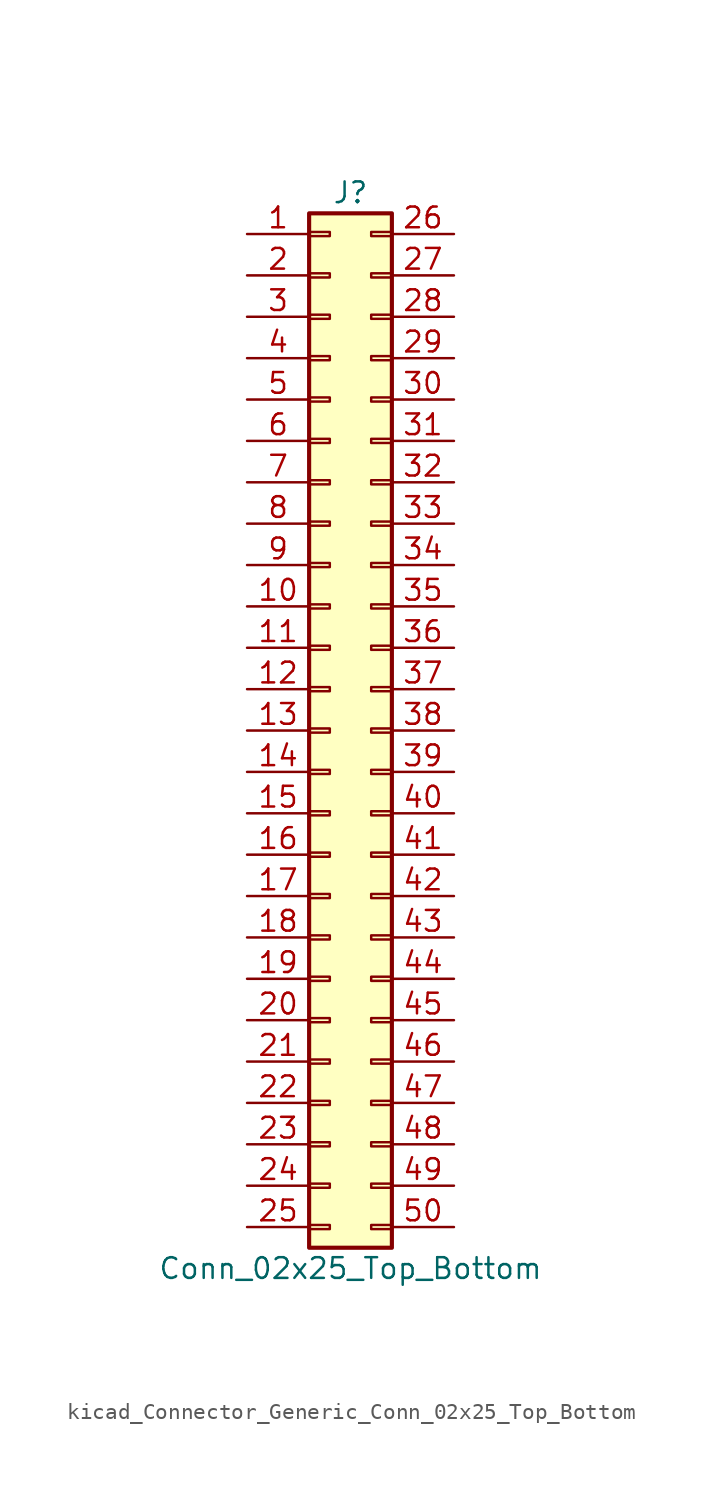
<source format=kicad_sym>
(kicad_symbol_lib
  (version 20220914)
  (generator kicad_symbol_editor)
  (symbol "kicad_Connector_Generic_Conn_02x25_Top_Bottom"
    (pin_names
      (offset 1.016) hide)
    (property "Reference" "J"
      (at 1.27 33.02 0)
      (effects (font (size 1.27 1.27))))
    (property "Value" "Conn_02x25_Top_Bottom"
      (at 1.27 -33.02 0)
      (effects (font (size 1.27 1.27))))
    (symbol "kicad_Connector_Generic_Conn_02x25_Top_Bottom_1_1"
      (rectangle (start -1.27 -30.353) (end 0 -30.607) (stroke (width 0.152) (type default)) (fill (type none)))
      (rectangle (start -1.27 -27.813) (end 0 -28.067) (stroke (width 0.152) (type default)) (fill (type none)))
      (rectangle (start -1.27 -25.273) (end 0 -25.527) (stroke (width 0.152) (type default)) (fill (type none)))
      (rectangle (start -1.27 -22.733) (end 0 -22.987) (stroke (width 0.152) (type default)) (fill (type none)))
      (rectangle (start -1.27 -20.193) (end 0 -20.447) (stroke (width 0.152) (type default)) (fill (type none)))
      (rectangle (start -1.27 -17.653) (end 0 -17.907) (stroke (width 0.152) (type default)) (fill (type none)))
      (rectangle (start -1.27 -15.113) (end 0 -15.367) (stroke (width 0.152) (type default)) (fill (type none)))
      (rectangle (start -1.27 -12.573) (end 0 -12.827) (stroke (width 0.152) (type default)) (fill (type none)))
      (rectangle (start -1.27 -10.033) (end 0 -10.287) (stroke (width 0.152) (type default)) (fill (type none)))
      (rectangle (start -1.27 -7.493) (end 0 -7.747) (stroke (width 0.152) (type default)) (fill (type none)))
      (rectangle (start -1.27 -4.953) (end 0 -5.207) (stroke (width 0.152) (type default)) (fill (type none)))
      (rectangle (start -1.27 -2.413) (end 0 -2.667) (stroke (width 0.152) (type default)) (fill (type none)))
      (rectangle (start -1.27 0.127) (end 0 -0.127) (stroke (width 0.152) (type default)) (fill (type none)))
      (rectangle (start -1.27 2.667) (end 0 2.413) (stroke (width 0.152) (type default)) (fill (type none)))
      (rectangle (start -1.27 5.207) (end 0 4.953) (stroke (width 0.152) (type default)) (fill (type none)))
      (rectangle (start -1.27 7.747) (end 0 7.493) (stroke (width 0.152) (type default)) (fill (type none)))
      (rectangle (start -1.27 10.287) (end 0 10.033) (stroke (width 0.152) (type default)) (fill (type none)))
      (rectangle (start -1.27 12.827) (end 0 12.573) (stroke (width 0.152) (type default)) (fill (type none)))
      (rectangle (start -1.27 15.367) (end 0 15.113) (stroke (width 0.152) (type default)) (fill (type none)))
      (rectangle (start -1.27 17.907) (end 0 17.653) (stroke (width 0.152) (type default)) (fill (type none)))
      (rectangle (start -1.27 20.447) (end 0 20.193) (stroke (width 0.152) (type default)) (fill (type none)))
      (rectangle (start -1.27 22.987) (end 0 22.733) (stroke (width 0.152) (type default)) (fill (type none)))
      (rectangle (start -1.27 25.527) (end 0 25.273) (stroke (width 0.152) (type default)) (fill (type none)))
      (rectangle (start -1.27 28.067) (end 0 27.813) (stroke (width 0.152) (type default)) (fill (type none)))
      (rectangle (start -1.27 30.607) (end 0 30.353) (stroke (width 0.152) (type default)) (fill (type none)))
      (rectangle (start -1.27 31.75) (end 3.81 -31.75) (stroke (width 0.254) (type default)) (fill (type background)))
      (rectangle (start 3.81 -30.353) (end 2.54 -30.607) (stroke (width 0.152) (type default)) (fill (type none)))
      (rectangle (start 3.81 -27.813) (end 2.54 -28.067) (stroke (width 0.152) (type default)) (fill (type none)))
      (rectangle (start 3.81 -25.273) (end 2.54 -25.527) (stroke (width 0.152) (type default)) (fill (type none)))
      (rectangle (start 3.81 -22.733) (end 2.54 -22.987) (stroke (width 0.152) (type default)) (fill (type none)))
      (rectangle (start 3.81 -20.193) (end 2.54 -20.447) (stroke (width 0.152) (type default)) (fill (type none)))
      (rectangle (start 3.81 -17.653) (end 2.54 -17.907) (stroke (width 0.152) (type default)) (fill (type none)))
      (rectangle (start 3.81 -15.113) (end 2.54 -15.367) (stroke (width 0.152) (type default)) (fill (type none)))
      (rectangle (start 3.81 -12.573) (end 2.54 -12.827) (stroke (width 0.152) (type default)) (fill (type none)))
      (rectangle (start 3.81 -10.033) (end 2.54 -10.287) (stroke (width 0.152) (type default)) (fill (type none)))
      (rectangle (start 3.81 -7.493) (end 2.54 -7.747) (stroke (width 0.152) (type default)) (fill (type none)))
      (rectangle (start 3.81 -4.953) (end 2.54 -5.207) (stroke (width 0.152) (type default)) (fill (type none)))
      (rectangle (start 3.81 -2.413) (end 2.54 -2.667) (stroke (width 0.152) (type default)) (fill (type none)))
      (rectangle (start 3.81 0.127) (end 2.54 -0.127) (stroke (width 0.152) (type default)) (fill (type none)))
      (rectangle (start 3.81 2.667) (end 2.54 2.413) (stroke (width 0.152) (type default)) (fill (type none)))
      (rectangle (start 3.81 5.207) (end 2.54 4.953) (stroke (width 0.152) (type default)) (fill (type none)))
      (rectangle (start 3.81 7.747) (end 2.54 7.493) (stroke (width 0.152) (type default)) (fill (type none)))
      (rectangle (start 3.81 10.287) (end 2.54 10.033) (stroke (width 0.152) (type default)) (fill (type none)))
      (rectangle (start 3.81 12.827) (end 2.54 12.573) (stroke (width 0.152) (type default)) (fill (type none)))
      (rectangle (start 3.81 15.367) (end 2.54 15.113) (stroke (width 0.152) (type default)) (fill (type none)))
      (rectangle (start 3.81 17.907) (end 2.54 17.653) (stroke (width 0.152) (type default)) (fill (type none)))
      (rectangle (start 3.81 20.447) (end 2.54 20.193) (stroke (width 0.152) (type default)) (fill (type none)))
      (rectangle (start 3.81 22.987) (end 2.54 22.733) (stroke (width 0.152) (type default)) (fill (type none)))
      (rectangle (start 3.81 25.527) (end 2.54 25.273) (stroke (width 0.152) (type default)) (fill (type none)))
      (rectangle (start 3.81 28.067) (end 2.54 27.813) (stroke (width 0.152) (type default)) (fill (type none)))
      (rectangle (start 3.81 30.607) (end 2.54 30.353) (stroke (width 0.152) (type default)) (fill (type none)))
      (pin passive line (at -5.08 30.48 0) (length 3.81) (name "Pin_1" (effects (font (size 1.27 1.27)))) (number "1" (effects (font (size 1.27 1.27)))))
      (pin passive line (at -5.08 7.62 0) (length 3.81) (name "Pin_10" (effects (font (size 1.27 1.27)))) (number "10" (effects (font (size 1.27 1.27)))))
      (pin passive line (at -5.08 5.08 0) (length 3.81) (name "Pin_11" (effects (font (size 1.27 1.27)))) (number "11" (effects (font (size 1.27 1.27)))))
      (pin passive line (at -5.08 2.54 0) (length 3.81) (name "Pin_12" (effects (font (size 1.27 1.27)))) (number "12" (effects (font (size 1.27 1.27)))))
      (pin passive line (at -5.08 0 0) (length 3.81) (name "Pin_13" (effects (font (size 1.27 1.27)))) (number "13" (effects (font (size 1.27 1.27)))))
      (pin passive line (at -5.08 -2.54 0) (length 3.81) (name "Pin_14" (effects (font (size 1.27 1.27)))) (number "14" (effects (font (size 1.27 1.27)))))
      (pin passive line (at -5.08 -5.08 0) (length 3.81) (name "Pin_15" (effects (font (size 1.27 1.27)))) (number "15" (effects (font (size 1.27 1.27)))))
      (pin passive line (at -5.08 -7.62 0) (length 3.81) (name "Pin_16" (effects (font (size 1.27 1.27)))) (number "16" (effects (font (size 1.27 1.27)))))
      (pin passive line (at -5.08 -10.16 0) (length 3.81) (name "Pin_17" (effects (font (size 1.27 1.27)))) (number "17" (effects (font (size 1.27 1.27)))))
      (pin passive line (at -5.08 -12.7 0) (length 3.81) (name "Pin_18" (effects (font (size 1.27 1.27)))) (number "18" (effects (font (size 1.27 1.27)))))
      (pin passive line (at -5.08 -15.24 0) (length 3.81) (name "Pin_19" (effects (font (size 1.27 1.27)))) (number "19" (effects (font (size 1.27 1.27)))))
      (pin passive line (at -5.08 27.94 0) (length 3.81) (name "Pin_2" (effects (font (size 1.27 1.27)))) (number "2" (effects (font (size 1.27 1.27)))))
      (pin passive line (at -5.08 -17.78 0) (length 3.81) (name "Pin_20" (effects (font (size 1.27 1.27)))) (number "20" (effects (font (size 1.27 1.27)))))
      (pin passive line (at -5.08 -20.32 0) (length 3.81) (name "Pin_21" (effects (font (size 1.27 1.27)))) (number "21" (effects (font (size 1.27 1.27)))))
      (pin passive line (at -5.08 -22.86 0) (length 3.81) (name "Pin_22" (effects (font (size 1.27 1.27)))) (number "22" (effects (font (size 1.27 1.27)))))
      (pin passive line (at -5.08 -25.4 0) (length 3.81) (name "Pin_23" (effects (font (size 1.27 1.27)))) (number "23" (effects (font (size 1.27 1.27)))))
      (pin passive line (at -5.08 -27.94 0) (length 3.81) (name "Pin_24" (effects (font (size 1.27 1.27)))) (number "24" (effects (font (size 1.27 1.27)))))
      (pin passive line (at -5.08 -30.48 0) (length 3.81) (name "Pin_25" (effects (font (size 1.27 1.27)))) (number "25" (effects (font (size 1.27 1.27)))))
      (pin passive line (at 7.62 30.48 180) (length 3.81) (name "Pin_26" (effects (font (size 1.27 1.27)))) (number "26" (effects (font (size 1.27 1.27)))))
      (pin passive line (at 7.62 27.94 180) (length 3.81) (name "Pin_27" (effects (font (size 1.27 1.27)))) (number "27" (effects (font (size 1.27 1.27)))))
      (pin passive line (at 7.62 25.4 180) (length 3.81) (name "Pin_28" (effects (font (size 1.27 1.27)))) (number "28" (effects (font (size 1.27 1.27)))))
      (pin passive line (at 7.62 22.86 180) (length 3.81) (name "Pin_29" (effects (font (size 1.27 1.27)))) (number "29" (effects (font (size 1.27 1.27)))))
      (pin passive line (at -5.08 25.4 0) (length 3.81) (name "Pin_3" (effects (font (size 1.27 1.27)))) (number "3" (effects (font (size 1.27 1.27)))))
      (pin passive line (at 7.62 20.32 180) (length 3.81) (name "Pin_30" (effects (font (size 1.27 1.27)))) (number "30" (effects (font (size 1.27 1.27)))))
      (pin passive line (at 7.62 17.78 180) (length 3.81) (name "Pin_31" (effects (font (size 1.27 1.27)))) (number "31" (effects (font (size 1.27 1.27)))))
      (pin passive line (at 7.62 15.24 180) (length 3.81) (name "Pin_32" (effects (font (size 1.27 1.27)))) (number "32" (effects (font (size 1.27 1.27)))))
      (pin passive line (at 7.62 12.7 180) (length 3.81) (name "Pin_33" (effects (font (size 1.27 1.27)))) (number "33" (effects (font (size 1.27 1.27)))))
      (pin passive line (at 7.62 10.16 180) (length 3.81) (name "Pin_34" (effects (font (size 1.27 1.27)))) (number "34" (effects (font (size 1.27 1.27)))))
      (pin passive line (at 7.62 7.62 180) (length 3.81) (name "Pin_35" (effects (font (size 1.27 1.27)))) (number "35" (effects (font (size 1.27 1.27)))))
      (pin passive line (at 7.62 5.08 180) (length 3.81) (name "Pin_36" (effects (font (size 1.27 1.27)))) (number "36" (effects (font (size 1.27 1.27)))))
      (pin passive line (at 7.62 2.54 180) (length 3.81) (name "Pin_37" (effects (font (size 1.27 1.27)))) (number "37" (effects (font (size 1.27 1.27)))))
      (pin passive line (at 7.62 0 180) (length 3.81) (name "Pin_38" (effects (font (size 1.27 1.27)))) (number "38" (effects (font (size 1.27 1.27)))))
      (pin passive line (at 7.62 -2.54 180) (length 3.81) (name "Pin_39" (effects (font (size 1.27 1.27)))) (number "39" (effects (font (size 1.27 1.27)))))
      (pin passive line (at -5.08 22.86 0) (length 3.81) (name "Pin_4" (effects (font (size 1.27 1.27)))) (number "4" (effects (font (size 1.27 1.27)))))
      (pin passive line (at 7.62 -5.08 180) (length 3.81) (name "Pin_40" (effects (font (size 1.27 1.27)))) (number "40" (effects (font (size 1.27 1.27)))))
      (pin passive line (at 7.62 -7.62 180) (length 3.81) (name "Pin_41" (effects (font (size 1.27 1.27)))) (number "41" (effects (font (size 1.27 1.27)))))
      (pin passive line (at 7.62 -10.16 180) (length 3.81) (name "Pin_42" (effects (font (size 1.27 1.27)))) (number "42" (effects (font (size 1.27 1.27)))))
      (pin passive line (at 7.62 -12.7 180) (length 3.81) (name "Pin_43" (effects (font (size 1.27 1.27)))) (number "43" (effects (font (size 1.27 1.27)))))
      (pin passive line (at 7.62 -15.24 180) (length 3.81) (name "Pin_44" (effects (font (size 1.27 1.27)))) (number "44" (effects (font (size 1.27 1.27)))))
      (pin passive line (at 7.62 -17.78 180) (length 3.81) (name "Pin_45" (effects (font (size 1.27 1.27)))) (number "45" (effects (font (size 1.27 1.27)))))
      (pin passive line (at 7.62 -20.32 180) (length 3.81) (name "Pin_46" (effects (font (size 1.27 1.27)))) (number "46" (effects (font (size 1.27 1.27)))))
      (pin passive line (at 7.62 -22.86 180) (length 3.81) (name "Pin_47" (effects (font (size 1.27 1.27)))) (number "47" (effects (font (size 1.27 1.27)))))
      (pin passive line (at 7.62 -25.4 180) (length 3.81) (name "Pin_48" (effects (font (size 1.27 1.27)))) (number "48" (effects (font (size 1.27 1.27)))))
      (pin passive line (at 7.62 -27.94 180) (length 3.81) (name "Pin_49" (effects (font (size 1.27 1.27)))) (number "49" (effects (font (size 1.27 1.27)))))
      (pin passive line (at -5.08 20.32 0) (length 3.81) (name "Pin_5" (effects (font (size 1.27 1.27)))) (number "5" (effects (font (size 1.27 1.27)))))
      (pin passive line (at 7.62 -30.48 180) (length 3.81) (name "Pin_50" (effects (font (size 1.27 1.27)))) (number "50" (effects (font (size 1.27 1.27)))))
      (pin passive line (at -5.08 17.78 0) (length 3.81) (name "Pin_6" (effects (font (size 1.27 1.27)))) (number "6" (effects (font (size 1.27 1.27)))))
      (pin passive line (at -5.08 15.24 0) (length 3.81) (name "Pin_7" (effects (font (size 1.27 1.27)))) (number "7" (effects (font (size 1.27 1.27)))))
      (pin passive line (at -5.08 12.7 0) (length 3.81) (name "Pin_8" (effects (font (size 1.27 1.27)))) (number "8" (effects (font (size 1.27 1.27)))))
      (pin passive line (at -5.08 10.16 0) (length 3.81) (name "Pin_9" (effects (font (size 1.27 1.27)))) (number "9" (effects (font (size 1.27 1.27))))))))
</source>
